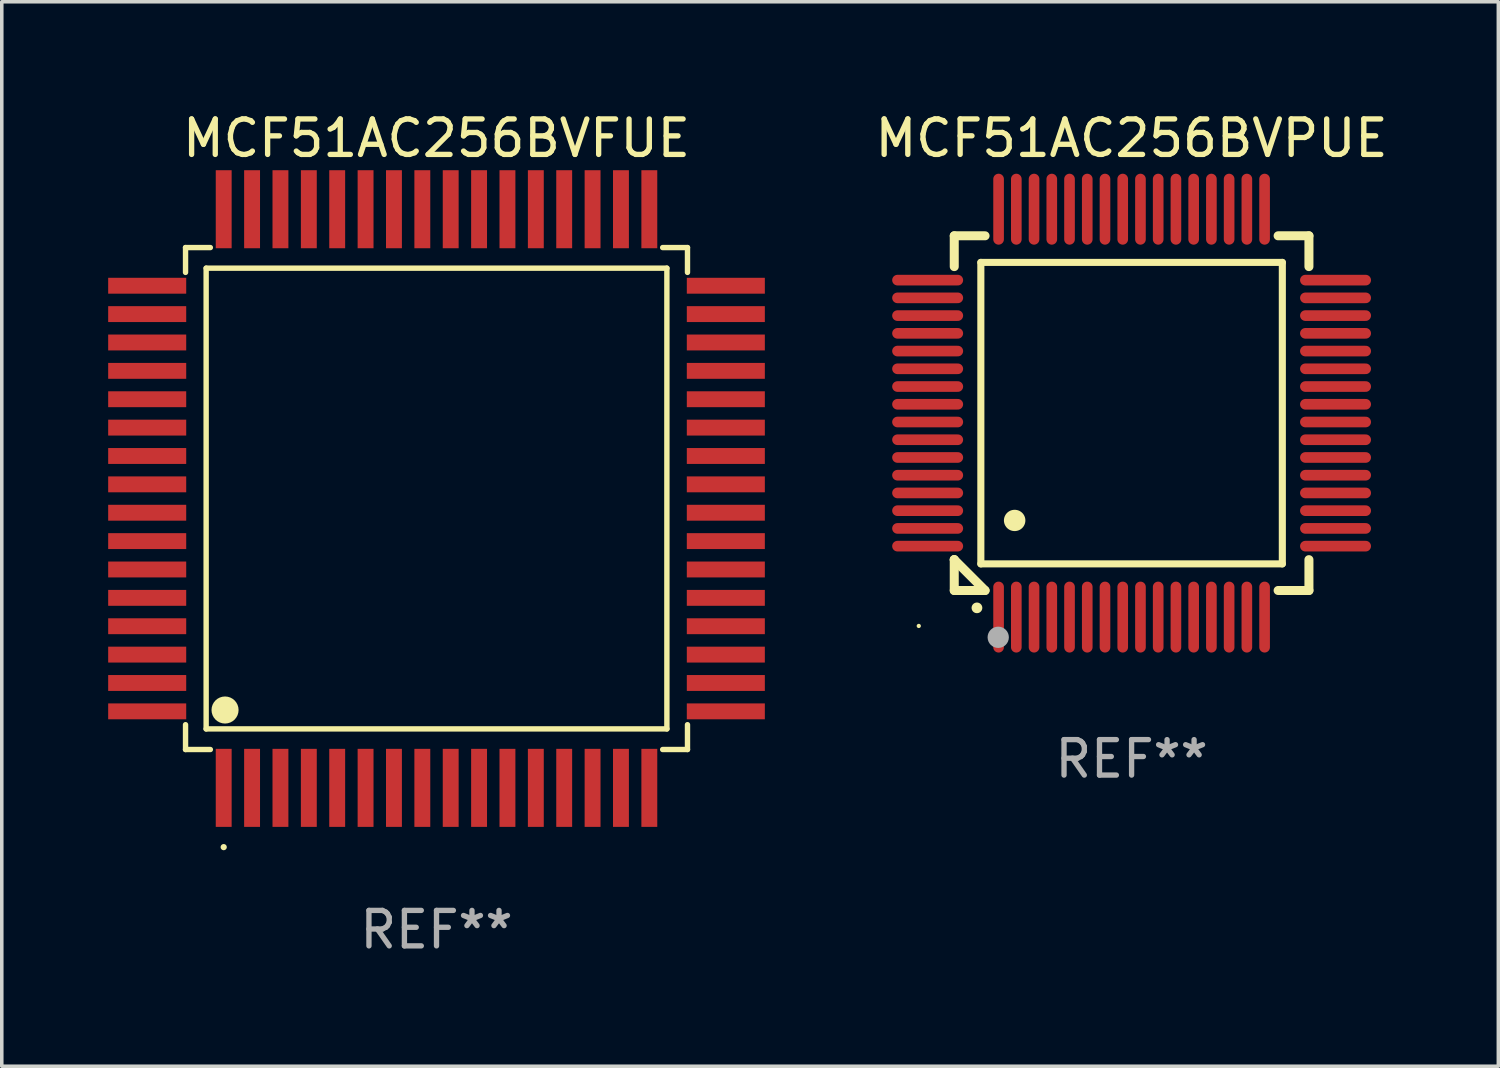
<source format=kicad_pcb>
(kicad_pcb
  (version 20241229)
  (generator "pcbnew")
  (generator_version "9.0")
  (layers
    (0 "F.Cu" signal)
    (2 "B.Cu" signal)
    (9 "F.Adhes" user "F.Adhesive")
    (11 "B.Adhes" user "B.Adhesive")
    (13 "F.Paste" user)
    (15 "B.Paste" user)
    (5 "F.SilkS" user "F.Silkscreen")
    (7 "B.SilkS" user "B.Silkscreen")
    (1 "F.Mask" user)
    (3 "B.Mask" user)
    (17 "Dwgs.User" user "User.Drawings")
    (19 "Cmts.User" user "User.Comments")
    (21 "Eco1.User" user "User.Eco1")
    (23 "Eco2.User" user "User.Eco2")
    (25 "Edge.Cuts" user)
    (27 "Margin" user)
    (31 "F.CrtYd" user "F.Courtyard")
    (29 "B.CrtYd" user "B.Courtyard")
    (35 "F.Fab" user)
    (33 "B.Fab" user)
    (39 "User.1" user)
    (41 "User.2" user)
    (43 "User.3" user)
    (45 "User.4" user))
  (footprint "MCF51AC256BVPUE"
    (layer "F.Cu")
    (at 28.854 8.598)
    (property "Reference" "MCF51AC256BVPUE" (at 0 -7.75 0) (layer "F.SilkS") (effects (font (size 1 1) (thickness 0.15))))
    (attr through_hole)
    (fp_line (start -5 -5) (end -4.131 -5) (stroke (width 0.254) (type solid)) (layer "F.SilkS"))
    (fp_line (start -5 -4.131) (end -5 -5) (stroke (width 0.254) (type solid)) (layer "F.SilkS"))
    (fp_line (start -5 4.131) (end -5 4.131) (stroke (width 0.254) (type solid)) (layer "F.SilkS"))
    (fp_line (start -5 5) (end -5 4.131) (stroke (width 0.254) (type solid)) (layer "F.SilkS"))
    (fp_line (start -5 4.131) (end -4.131 5) (stroke (width 0.254) (type solid)) (layer "F.SilkS"))
    (fp_line (start -4.25 -4.25) (end -4.25 4.25) (stroke (width 0.2) (type solid)) (layer "F.SilkS"))
    (fp_line (start -4.25 4.25) (end 4.25 4.25) (stroke (width 0.2) (type solid)) (layer "F.SilkS"))
    (fp_line (start -4.131 5) (end -5 5) (stroke (width 0.254) (type solid)) (layer "F.SilkS"))
    (fp_line (start 4.25 -4.25) (end -4.25 -4.25) (stroke (width 0.2) (type solid)) (layer "F.SilkS"))
    (fp_line (start 4.25 4.25) (end 4.25 -4.25) (stroke (width 0.2) (type solid)) (layer "F.SilkS"))
    (fp_line (start 5 -5) (end 4.131 -5) (stroke (width 0.254) (type solid)) (layer "F.SilkS"))
    (fp_line (start 5 -5) (end 5 -4.131) (stroke (width 0.254) (type solid)) (layer "F.SilkS"))
    (fp_line (start 5 4.131) (end 5 5) (stroke (width 0.254) (type solid)) (layer "F.SilkS"))
    (fp_line (start 5 5) (end 4.131 5) (stroke (width 0.254) (type solid)) (layer "F.SilkS"))
    (fp_arc (start -4.361265 5.489992) (mid -4.359995 5.489987) (end -4.358725 5.489992) (stroke (width 0.3) (type solid)) (layer "F.SilkS"))
    (fp_arc (start -3.299467 3.025146) (mid -3.296927 3.025135) (end -3.294387 3.025146) (stroke (width 0.6) (type solid)) (layer "F.SilkS"))
    (fp_circle (center -6 6) (end -5.97 6) (stroke (width 0.06) (type solid)) (fill no) (layer "F.SilkS"))
    (fp_circle (center -3.76 6.32) (end -3.61 6.32) (stroke (width 0.3) (type solid)) (fill no) (layer "F.Fab"))
    (fp_text user "REF**" (at 0 9.75 0) (layer "F.Fab") (effects (font (size 1 1) (thickness 0.15))))
    (pad "1" smd oval (at -3.75 5.75) (size 0.3 2) (layers "F.Cu" "F.Mask" "F.Paste"))
    (pad "2" smd oval (at -3.25 5.75) (size 0.3 2) (layers "F.Cu" "F.Mask" "F.Paste"))
    (pad "3" smd oval (at -2.75 5.75) (size 0.3 2) (layers "F.Cu" "F.Mask" "F.Paste"))
    (pad "4" smd oval (at -2.25 5.75) (size 0.3 2) (layers "F.Cu" "F.Mask" "F.Paste"))
    (pad "5" smd oval (at -1.75 5.75) (size 0.3 2) (layers "F.Cu" "F.Mask" "F.Paste"))
    (pad "6" smd oval (at -1.25 5.75) (size 0.3 2) (layers "F.Cu" "F.Mask" "F.Paste"))
    (pad "7" smd oval (at -0.75 5.75) (size 0.3 2) (layers "F.Cu" "F.Mask" "F.Paste"))
    (pad "8" smd oval (at -0.25 5.75) (size 0.3 2) (layers "F.Cu" "F.Mask" "F.Paste"))
    (pad "9" smd oval (at 0.25 5.75) (size 0.3 2) (layers "F.Cu" "F.Mask" "F.Paste"))
    (pad "10" smd oval (at 0.75 5.75) (size 0.3 2) (layers "F.Cu" "F.Mask" "F.Paste"))
    (pad "11" smd oval (at 1.25 5.75) (size 0.3 2) (layers "F.Cu" "F.Mask" "F.Paste"))
    (pad "12" smd oval (at 1.75 5.75) (size 0.3 2) (layers "F.Cu" "F.Mask" "F.Paste"))
    (pad "13" smd oval (at 2.25 5.75) (size 0.3 2) (layers "F.Cu" "F.Mask" "F.Paste"))
    (pad "14" smd oval (at 2.75 5.75) (size 0.3 2) (layers "F.Cu" "F.Mask" "F.Paste"))
    (pad "15" smd oval (at 3.25 5.75) (size 0.3 2) (layers "F.Cu" "F.Mask" "F.Paste"))
    (pad "16" smd oval (at 3.75 5.75) (size 0.3 2) (layers "F.Cu" "F.Mask" "F.Paste"))
    (pad "17" smd oval (at 5.75 3.75) (size 2 0.3) (layers "F.Cu" "F.Mask" "F.Paste"))
    (pad "18" smd oval (at 5.75 3.25) (size 2 0.3) (layers "F.Cu" "F.Mask" "F.Paste"))
    (pad "19" smd oval (at 5.75 2.75) (size 2 0.3) (layers "F.Cu" "F.Mask" "F.Paste"))
    (pad "20" smd oval (at 5.75 2.25) (size 2 0.3) (layers "F.Cu" "F.Mask" "F.Paste"))
    (pad "21" smd oval (at 5.75 1.75) (size 2 0.3) (layers "F.Cu" "F.Mask" "F.Paste"))
    (pad "22" smd oval (at 5.75 1.25) (size 2 0.3) (layers "F.Cu" "F.Mask" "F.Paste"))
    (pad "23" smd oval (at 5.75 0.75) (size 2 0.3) (layers "F.Cu" "F.Mask" "F.Paste"))
    (pad "24" smd oval (at 5.75 0.25) (size 2 0.3) (layers "F.Cu" "F.Mask" "F.Paste"))
    (pad "25" smd oval (at 5.75 -0.25) (size 2 0.3) (layers "F.Cu" "F.Mask" "F.Paste"))
    (pad "26" smd oval (at 5.75 -0.75) (size 2 0.3) (layers "F.Cu" "F.Mask" "F.Paste"))
    (pad "27" smd oval (at 5.75 -1.25) (size 2 0.3) (layers "F.Cu" "F.Mask" "F.Paste"))
    (pad "28" smd oval (at 5.75 -1.75) (size 2 0.3) (layers "F.Cu" "F.Mask" "F.Paste"))
    (pad "29" smd oval (at 5.75 -2.25) (size 2 0.3) (layers "F.Cu" "F.Mask" "F.Paste"))
    (pad "30" smd oval (at 5.75 -2.75) (size 2 0.3) (layers "F.Cu" "F.Mask" "F.Paste"))
    (pad "31" smd oval (at 5.75 -3.25) (size 2 0.3) (layers "F.Cu" "F.Mask" "F.Paste"))
    (pad "32" smd oval (at 5.75 -3.75) (size 2 0.3) (layers "F.Cu" "F.Mask" "F.Paste"))
    (pad "33" smd oval (at 3.75 -5.75) (size 0.3 2) (layers "F.Cu" "F.Mask" "F.Paste"))
    (pad "34" smd oval (at 3.25 -5.75) (size 0.3 2) (layers "F.Cu" "F.Mask" "F.Paste"))
    (pad "35" smd oval (at 2.75 -5.75) (size 0.3 2) (layers "F.Cu" "F.Mask" "F.Paste"))
    (pad "36" smd oval (at 2.25 -5.75) (size 0.3 2) (layers "F.Cu" "F.Mask" "F.Paste"))
    (pad "37" smd oval (at 1.75 -5.75) (size 0.3 2) (layers "F.Cu" "F.Mask" "F.Paste"))
    (pad "38" smd oval (at 1.25 -5.75) (size 0.3 2) (layers "F.Cu" "F.Mask" "F.Paste"))
    (pad "39" smd oval (at 0.75 -5.75) (size 0.3 2) (layers "F.Cu" "F.Mask" "F.Paste"))
    (pad "40" smd oval (at 0.25 -5.75) (size 0.3 2) (layers "F.Cu" "F.Mask" "F.Paste"))
    (pad "41" smd oval (at -0.25 -5.75) (size 0.3 2) (layers "F.Cu" "F.Mask" "F.Paste"))
    (pad "42" smd oval (at -0.75 -5.75) (size 0.3 2) (layers "F.Cu" "F.Mask" "F.Paste"))
    (pad "43" smd oval (at -1.25 -5.75) (size 0.3 2) (layers "F.Cu" "F.Mask" "F.Paste"))
    (pad "44" smd oval (at -1.75 -5.75) (size 0.3 2) (layers "F.Cu" "F.Mask" "F.Paste"))
    (pad "45" smd oval (at -2.25 -5.75) (size 0.3 2) (layers "F.Cu" "F.Mask" "F.Paste"))
    (pad "46" smd oval (at -2.75 -5.75) (size 0.3 2) (layers "F.Cu" "F.Mask" "F.Paste"))
    (pad "47" smd oval (at -3.25 -5.75) (size 0.3 2) (layers "F.Cu" "F.Mask" "F.Paste"))
    (pad "48" smd oval (at -3.75 -5.75) (size 0.3 2) (layers "F.Cu" "F.Mask" "F.Paste"))
    (pad "49" smd oval (at -5.75 -3.75) (size 2 0.3) (layers "F.Cu" "F.Mask" "F.Paste"))
    (pad "50" smd oval (at -5.75 -3.25) (size 2 0.3) (layers "F.Cu" "F.Mask" "F.Paste"))
    (pad "51" smd oval (at -5.75 -2.75) (size 2 0.3) (layers "F.Cu" "F.Mask" "F.Paste"))
    (pad "52" smd oval (at -5.75 -2.25) (size 2 0.3) (layers "F.Cu" "F.Mask" "F.Paste"))
    (pad "53" smd oval (at -5.75 -1.75) (size 2 0.3) (layers "F.Cu" "F.Mask" "F.Paste"))
    (pad "54" smd oval (at -5.75 -1.25) (size 2 0.3) (layers "F.Cu" "F.Mask" "F.Paste"))
    (pad "55" smd oval (at -5.75 -0.75) (size 2 0.3) (layers "F.Cu" "F.Mask" "F.Paste"))
    (pad "56" smd oval (at -5.75 -0.25) (size 2 0.3) (layers "F.Cu" "F.Mask" "F.Paste"))
    (pad "57" smd oval (at -5.75 0.25) (size 2 0.3) (layers "F.Cu" "F.Mask" "F.Paste"))
    (pad "58" smd oval (at -5.75 0.75) (size 2 0.3) (layers "F.Cu" "F.Mask" "F.Paste"))
    (pad "59" smd oval (at -5.75 1.25) (size 2 0.3) (layers "F.Cu" "F.Mask" "F.Paste"))
    (pad "60" smd oval (at -5.75 1.75) (size 2 0.3) (layers "F.Cu" "F.Mask" "F.Paste"))
    (pad "61" smd oval (at -5.75 2.25) (size 2 0.3) (layers "F.Cu" "F.Mask" "F.Paste"))
    (pad "62" smd oval (at -5.75 2.75) (size 2 0.3) (layers "F.Cu" "F.Mask" "F.Paste"))
    (pad "63" smd oval (at -5.75 3.25) (size 2 0.3) (layers "F.Cu" "F.Mask" "F.Paste"))
    (pad "64" smd oval (at -5.75 3.75) (size 2 0.3) (layers "F.Cu" "F.Mask" "F.Paste")))
  (footprint "MCF51AC256BVFUE"
    (layer "F.Cu")
    (at 9.257 11.006)
    (property "Reference" "MCF51AC256BVFUE" (at 0 -10.157 0) (layer "F.SilkS") (effects (font (size 1 1) (thickness 0.15))))
    (attr through_hole)
    (fp_line (start -7.076 -7.076) (end -7.076 -6.376) (stroke (width 0.152) (type solid)) (layer "F.SilkS"))
    (fp_line (start -7.076 7.076) (end -7.076 6.376) (stroke (width 0.152) (type solid)) (layer "F.SilkS"))
    (fp_line (start -6.495 -6.495) (end 6.495 -6.495) (stroke (width 0.152) (type solid)) (layer "F.SilkS"))
    (fp_line (start -6.495 6.495) (end -6.495 -6.495) (stroke (width 0.152) (type solid)) (layer "F.SilkS"))
    (fp_line (start -6.376 -7.076) (end -7.076 -7.076) (stroke (width 0.152) (type solid)) (layer "F.SilkS"))
    (fp_line (start -6.376 7.076) (end -7.076 7.076) (stroke (width 0.152) (type solid)) (layer "F.SilkS"))
    (fp_line (start 6.376 -7.076) (end 7.076 -7.076) (stroke (width 0.152) (type solid)) (layer "F.SilkS"))
    (fp_line (start 6.376 7.076) (end 7.076 7.076) (stroke (width 0.152) (type solid)) (layer "F.SilkS"))
    (fp_line (start 6.495 -6.495) (end 6.495 6.495) (stroke (width 0.152) (type solid)) (layer "F.SilkS"))
    (fp_line (start 6.495 6.495) (end -6.495 6.495) (stroke (width 0.152) (type solid)) (layer "F.SilkS"))
    (fp_line (start 7.076 -7.076) (end 7.076 -6.376) (stroke (width 0.152) (type solid)) (layer "F.SilkS"))
    (fp_line (start 7.076 7.076) (end 7.076 6.376) (stroke (width 0.152) (type solid)) (layer "F.SilkS"))
    (fp_circle (center -6 9.828) (end -5.956 9.828) (stroke (width 0.088) (type solid)) (fill no) (layer "F.SilkS"))
    (fp_circle (center -5.962 5.962) (end -5.771 5.962) (stroke (width 0.381) (type solid)) (fill no) (layer "F.SilkS"))
    (fp_text user "REF**" (at 0 12.157 0) (layer "F.Fab") (effects (font (size 1 1) (thickness 0.15))))
    (pad "1" smd rect (at -6 8.157 90) (size 2.2 0.448) (layers "F.Cu" "F.Mask" "F.Paste"))
    (pad "2" smd rect (at -5.2 8.157 90) (size 2.2 0.448) (layers "F.Cu" "F.Mask" "F.Paste"))
    (pad "3" smd rect (at -4.4 8.157 90) (size 2.2 0.448) (layers "F.Cu" "F.Mask" "F.Paste"))
    (pad "4" smd rect (at -3.6 8.157 90) (size 2.2 0.448) (layers "F.Cu" "F.Mask" "F.Paste"))
    (pad "5" smd rect (at -2.8 8.157 90) (size 2.2 0.448) (layers "F.Cu" "F.Mask" "F.Paste"))
    (pad "6" smd rect (at -2 8.157 90) (size 2.2 0.448) (layers "F.Cu" "F.Mask" "F.Paste"))
    (pad "7" smd rect (at -1.2 8.157 90) (size 2.2 0.448) (layers "F.Cu" "F.Mask" "F.Paste"))
    (pad "8" smd rect (at -0.4 8.157 90) (size 2.2 0.448) (layers "F.Cu" "F.Mask" "F.Paste"))
    (pad "9" smd rect (at 0.4 8.157 90) (size 2.2 0.448) (layers "F.Cu" "F.Mask" "F.Paste"))
    (pad "10" smd rect (at 1.2 8.157 90) (size 2.2 0.448) (layers "F.Cu" "F.Mask" "F.Paste"))
    (pad "11" smd rect (at 2 8.157 90) (size 2.2 0.448) (layers "F.Cu" "F.Mask" "F.Paste"))
    (pad "12" smd rect (at 2.8 8.157 90) (size 2.2 0.448) (layers "F.Cu" "F.Mask" "F.Paste"))
    (pad "13" smd rect (at 3.6 8.157 90) (size 2.2 0.448) (layers "F.Cu" "F.Mask" "F.Paste"))
    (pad "14" smd rect (at 4.4 8.157 90) (size 2.2 0.448) (layers "F.Cu" "F.Mask" "F.Paste"))
    (pad "15" smd rect (at 5.2 8.157 90) (size 2.2 0.448) (layers "F.Cu" "F.Mask" "F.Paste"))
    (pad "16" smd rect (at 6 8.157 90) (size 2.2 0.448) (layers "F.Cu" "F.Mask" "F.Paste"))
    (pad "17" smd rect (at 8.157 6 90) (size 0.448 2.2) (layers "F.Cu" "F.Mask" "F.Paste"))
    (pad "18" smd rect (at 8.157 5.2 90) (size 0.448 2.2) (layers "F.Cu" "F.Mask" "F.Paste"))
    (pad "19" smd rect (at 8.157 4.4 90) (size 0.448 2.2) (layers "F.Cu" "F.Mask" "F.Paste"))
    (pad "20" smd rect (at 8.157 3.6 90) (size 0.448 2.2) (layers "F.Cu" "F.Mask" "F.Paste"))
    (pad "21" smd rect (at 8.157 2.8 90) (size 0.448 2.2) (layers "F.Cu" "F.Mask" "F.Paste"))
    (pad "22" smd rect (at 8.157 2 90) (size 0.448 2.2) (layers "F.Cu" "F.Mask" "F.Paste"))
    (pad "23" smd rect (at 8.157 1.2 90) (size 0.448 2.2) (layers "F.Cu" "F.Mask" "F.Paste"))
    (pad "24" smd rect (at 8.157 0.4 90) (size 0.448 2.2) (layers "F.Cu" "F.Mask" "F.Paste"))
    (pad "25" smd rect (at 8.157 -0.4 90) (size 0.448 2.2) (layers "F.Cu" "F.Mask" "F.Paste"))
    (pad "26" smd rect (at 8.157 -1.2 90) (size 0.448 2.2) (layers "F.Cu" "F.Mask" "F.Paste"))
    (pad "27" smd rect (at 8.157 -2 90) (size 0.448 2.2) (layers "F.Cu" "F.Mask" "F.Paste"))
    (pad "28" smd rect (at 8.157 -2.8 90) (size 0.448 2.2) (layers "F.Cu" "F.Mask" "F.Paste"))
    (pad "29" smd rect (at 8.157 -3.6 90) (size 0.448 2.2) (layers "F.Cu" "F.Mask" "F.Paste"))
    (pad "30" smd rect (at 8.157 -4.4 90) (size 0.448 2.2) (layers "F.Cu" "F.Mask" "F.Paste"))
    (pad "31" smd rect (at 8.157 -5.2 90) (size 0.448 2.2) (layers "F.Cu" "F.Mask" "F.Paste"))
    (pad "32" smd rect (at 8.157 -6 90) (size 0.448 2.2) (layers "F.Cu" "F.Mask" "F.Paste"))
    (pad "33" smd rect (at 6 -8.157 90) (size 2.2 0.448) (layers "F.Cu" "F.Mask" "F.Paste"))
    (pad "34" smd rect (at 5.2 -8.157 90) (size 2.2 0.448) (layers "F.Cu" "F.Mask" "F.Paste"))
    (pad "35" smd rect (at 4.4 -8.157 90) (size 2.2 0.448) (layers "F.Cu" "F.Mask" "F.Paste"))
    (pad "36" smd rect (at 3.6 -8.157 90) (size 2.2 0.448) (layers "F.Cu" "F.Mask" "F.Paste"))
    (pad "37" smd rect (at 2.8 -8.157 90) (size 2.2 0.448) (layers "F.Cu" "F.Mask" "F.Paste"))
    (pad "38" smd rect (at 2 -8.157 90) (size 2.2 0.448) (layers "F.Cu" "F.Mask" "F.Paste"))
    (pad "39" smd rect (at 1.2 -8.157 90) (size 2.2 0.448) (layers "F.Cu" "F.Mask" "F.Paste"))
    (pad "40" smd rect (at 0.4 -8.157 90) (size 2.2 0.448) (layers "F.Cu" "F.Mask" "F.Paste"))
    (pad "41" smd rect (at -0.4 -8.157 90) (size 2.2 0.448) (layers "F.Cu" "F.Mask" "F.Paste"))
    (pad "42" smd rect (at -1.2 -8.157 90) (size 2.2 0.448) (layers "F.Cu" "F.Mask" "F.Paste"))
    (pad "43" smd rect (at -2 -8.157 90) (size 2.2 0.448) (layers "F.Cu" "F.Mask" "F.Paste"))
    (pad "44" smd rect (at -2.8 -8.157 90) (size 2.2 0.448) (layers "F.Cu" "F.Mask" "F.Paste"))
    (pad "45" smd rect (at -3.6 -8.157 90) (size 2.2 0.448) (layers "F.Cu" "F.Mask" "F.Paste"))
    (pad "46" smd rect (at -4.4 -8.157 90) (size 2.2 0.448) (layers "F.Cu" "F.Mask" "F.Paste"))
    (pad "47" smd rect (at -5.2 -8.157 90) (size 2.2 0.448) (layers "F.Cu" "F.Mask" "F.Paste"))
    (pad "48" smd rect (at -6 -8.157 90) (size 2.2 0.448) (layers "F.Cu" "F.Mask" "F.Paste"))
    (pad "49" smd rect (at -8.157 -6 90) (size 0.448 2.2) (layers "F.Cu" "F.Mask" "F.Paste"))
    (pad "50" smd rect (at -8.157 -5.2 90) (size 0.448 2.2) (layers "F.Cu" "F.Mask" "F.Paste"))
    (pad "51" smd rect (at -8.157 -4.4 90) (size 0.448 2.2) (layers "F.Cu" "F.Mask" "F.Paste"))
    (pad "52" smd rect (at -8.157 -3.6 90) (size 0.448 2.2) (layers "F.Cu" "F.Mask" "F.Paste"))
    (pad "53" smd rect (at -8.157 -2.8 90) (size 0.448 2.2) (layers "F.Cu" "F.Mask" "F.Paste"))
    (pad "54" smd rect (at -8.157 -2 90) (size 0.448 2.2) (layers "F.Cu" "F.Mask" "F.Paste"))
    (pad "55" smd rect (at -8.157 -1.2 90) (size 0.448 2.2) (layers "F.Cu" "F.Mask" "F.Paste"))
    (pad "56" smd rect (at -8.157 -0.4 90) (size 0.448 2.2) (layers "F.Cu" "F.Mask" "F.Paste"))
    (pad "57" smd rect (at -8.157 0.4 90) (size 0.448 2.2) (layers "F.Cu" "F.Mask" "F.Paste"))
    (pad "58" smd rect (at -8.157 1.2 90) (size 0.448 2.2) (layers "F.Cu" "F.Mask" "F.Paste"))
    (pad "59" smd rect (at -8.157 2 90) (size 0.448 2.2) (layers "F.Cu" "F.Mask" "F.Paste"))
    (pad "60" smd rect (at -8.157 2.8 90) (size 0.448 2.2) (layers "F.Cu" "F.Mask" "F.Paste"))
    (pad "61" smd rect (at -8.157 3.6 90) (size 0.448 2.2) (layers "F.Cu" "F.Mask" "F.Paste"))
    (pad "62" smd rect (at -8.157 4.4 90) (size 0.448 2.2) (layers "F.Cu" "F.Mask" "F.Paste"))
    (pad "63" smd rect (at -8.157 5.2 90) (size 0.448 2.2) (layers "F.Cu" "F.Mask" "F.Paste"))
    (pad "64" smd rect (at -8.157 6 90) (size 0.448 2.2) (layers "F.Cu" "F.Mask" "F.Paste")))
  (gr_rect
    (start -3 -3)
    (end 39.194 27.011)
    (stroke (width 0.1) (type default))
    (fill no)
    (layer "Edge.Cuts")))
</source>
